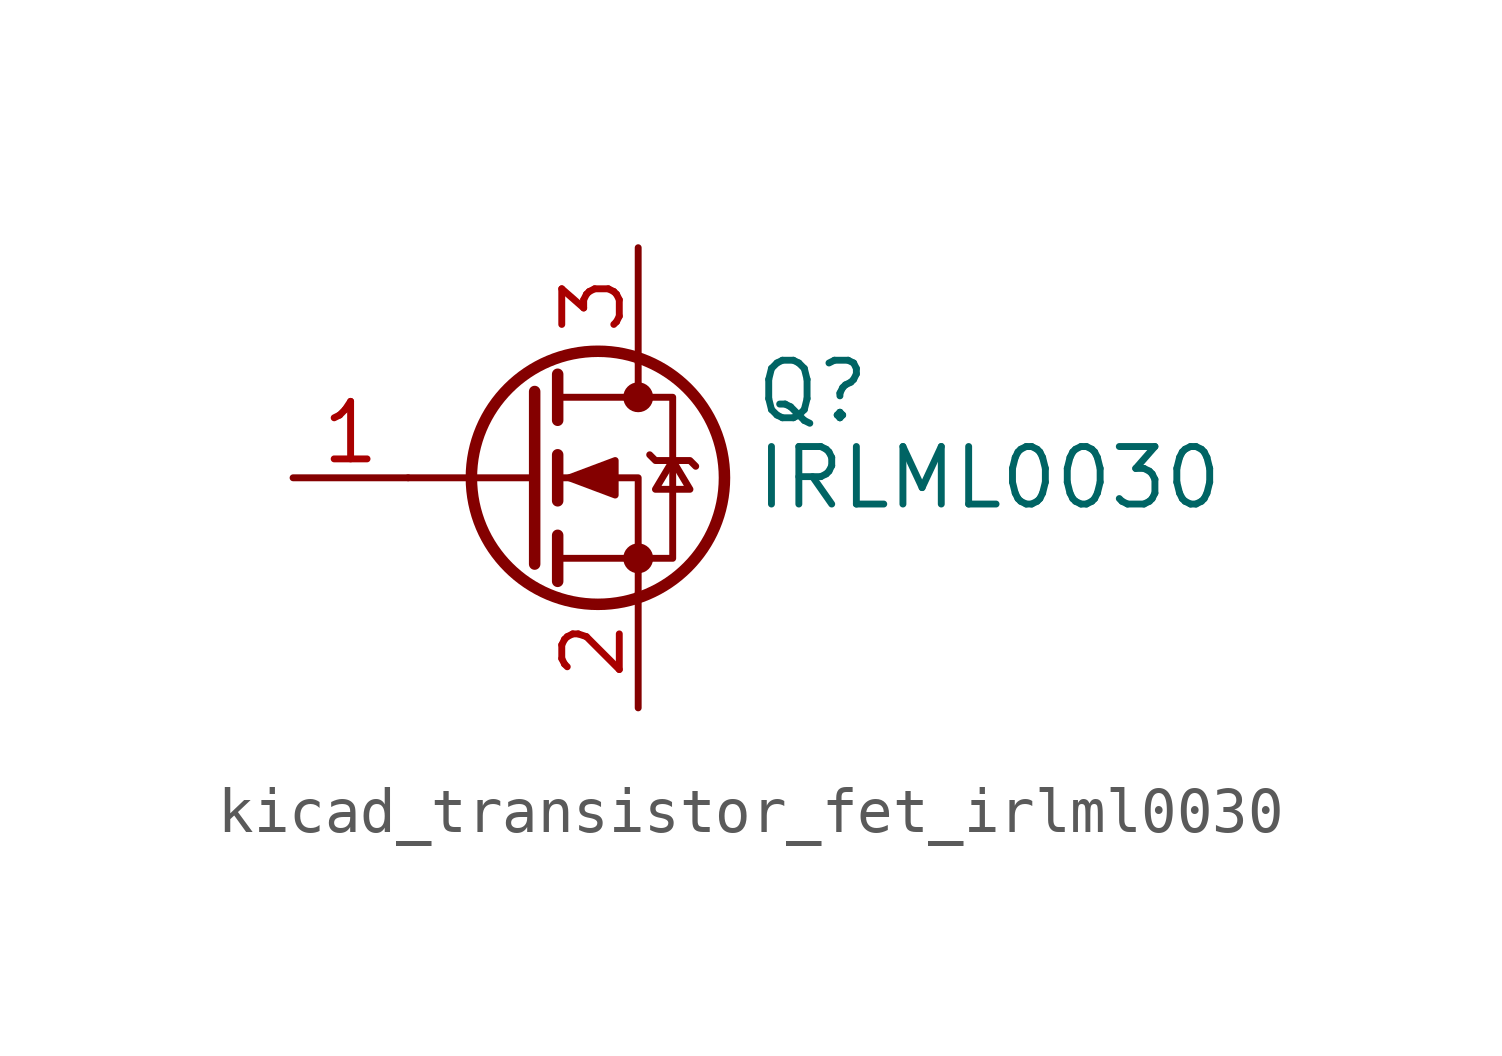
<source format=kicad_sym>
(kicad_symbol_lib
  (version 20220914)
  (generator kicad_symbol_editor)
  (symbol "kicad_transistor_fet_irlml0030"
    (pin_names hide)
    (property "Reference" "Q"
      (at 5.08 1.905 0)
      (effects (font (size 1.27 1.27)) (justify left)))
    (property "Value" "IRLML0030"
      (at 5.08 0 0)
      (effects (font (size 1.27 1.27)) (justify left)))
    (symbol "kicad_transistor_fet_irlml0030_0_1"
      (polyline (pts (xy 0.254 0) (xy -2.54 0)) (stroke (width 0) (type default)) (fill (type none)))
      (polyline (pts (xy 0.254 1.905) (xy 0.254 -1.905)) (stroke (width 0.254) (type default)) (fill (type none)))
      (polyline (pts (xy 0.762 -1.27) (xy 0.762 -2.286)) (stroke (width 0.254) (type default)) (fill (type none)))
      (polyline (pts (xy 0.762 0.508) (xy 0.762 -0.508)) (stroke (width 0.254) (type default)) (fill (type none)))
      (polyline (pts (xy 0.762 2.286) (xy 0.762 1.27)) (stroke (width 0.254) (type default)) (fill (type none)))
      (polyline (pts (xy 2.54 2.54) (xy 2.54 1.778)) (stroke (width 0) (type default)) (fill (type none)))
      (polyline (pts (xy 2.54 -2.54) (xy 2.54 0) (xy 0.762 0)) (stroke (width 0) (type default)) (fill (type none)))
      (polyline (pts (xy 0.762 -1.778) (xy 3.302 -1.778) (xy 3.302 1.778) (xy 0.762 1.778)) (stroke (width 0) (type default)) (fill (type none)))
      (polyline (pts (xy 1.016 0) (xy 2.032 0.381) (xy 2.032 -0.381) (xy 1.016 0)) (stroke (width 0) (type default)) (fill (type outline)))
      (polyline (pts (xy 2.794 0.508) (xy 2.921 0.381) (xy 3.683 0.381) (xy 3.81 0.254)) (stroke (width 0) (type default)) (fill (type none)))
      (polyline (pts (xy 3.302 0.381) (xy 2.921 -0.254) (xy 3.683 -0.254) (xy 3.302 0.381)) (stroke (width 0) (type default)) (fill (type none)))
      (circle (center 1.651 0) (radius 2.794) (stroke (width 0.254) (type default)) (fill (type none)))
      (circle (center 2.54 -1.778) (radius 0.254) (stroke (width 0) (type default)) (fill (type outline)))
      (circle (center 2.54 1.778) (radius 0.254) (stroke (width 0) (type default)) (fill (type outline))))
    (symbol "kicad_transistor_fet_irlml0030_1_1"
      (pin input line (at -5.08 0 0) (length 2.54) (name "G" (effects (font (size 1.27 1.27)))) (number "1" (effects (font (size 1.27 1.27)))))
      (pin passive line (at 2.54 -5.08 90) (length 2.54) (name "S" (effects (font (size 1.27 1.27)))) (number "2" (effects (font (size 1.27 1.27)))))
      (pin passive line (at 2.54 5.08 270) (length 2.54) (name "D" (effects (font (size 1.27 1.27)))) (number "3" (effects (font (size 1.27 1.27))))))))
</source>
